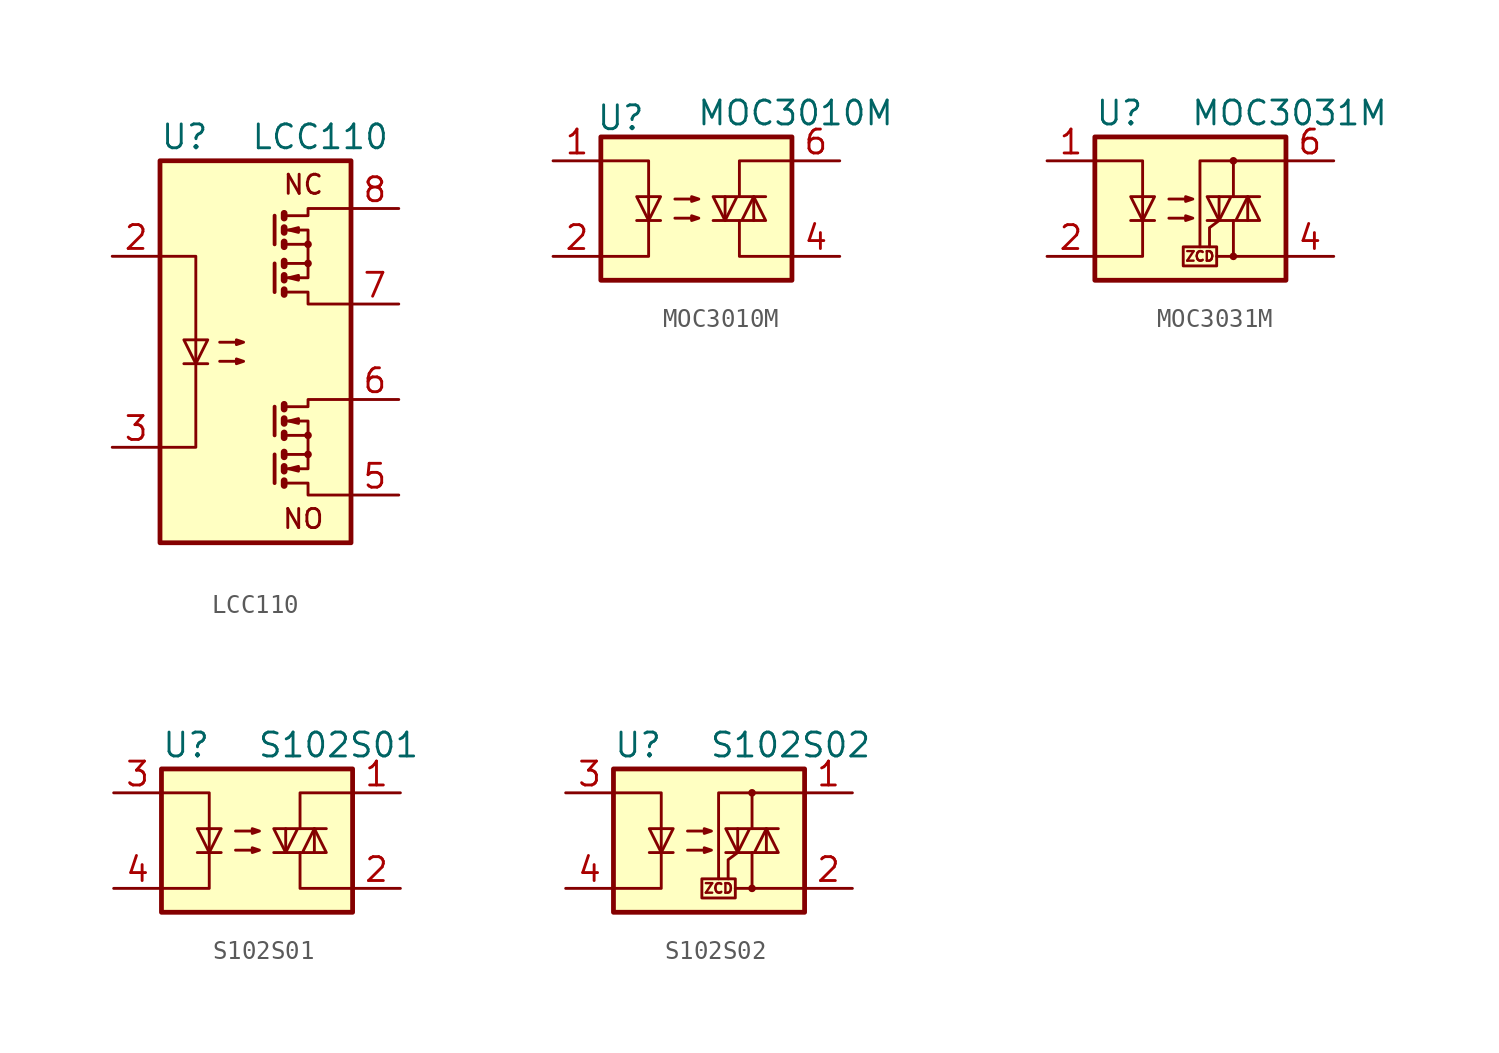
<source format=kicad_sym>
(kicad_symbol_lib
  (version 20201005)
  (generator kicad_symbol_editor)
  (symbol "LCC110"
    (property "Reference" "U"
      (at -5.08 11.43 0)
      (effects (font (size 1.27 1.27)) (justify left)))
    (property "Value" "LCC110"
      (at -0.254 11.43 0)
      (effects (font (size 1.27 1.27)) (justify left)))
    (symbol "LCC110_0_0"
      (text "NC" (at 2.54 8.89 0) (effects (font (size 1.016 1.016))))
      (text "NO" (at 2.54 -8.89 0) (effects (font (size 1.016 1.016)))))
    (symbol "LCC110_0_1"
      (circle (center 2.794 -5.461) (radius 0.127) (stroke (width 0)) (fill (type none)))
      (circle (center 2.794 -4.445) (radius 0.127) (stroke (width 0)) (fill (type none)))
      (circle (center 2.794 4.699) (radius 0.127) (stroke (width 0)) (fill (type none)))
      (circle (center 2.794 5.715) (radius 0.127) (stroke (width 0)) (fill (type none)))
      (rectangle (start 5.08 -10.16) (end -5.08 10.16) (stroke (width 0.254)) (fill (type background)))
      (polyline (pts (xy -3.81 -0.635) (xy -2.54 -0.635)) (stroke (width 0)) (fill (type none)))
      (polyline (pts (xy 1.016 -5.461) (xy 1.016 -6.985)) (stroke (width 0.203)) (fill (type none)))
      (polyline (pts (xy 1.016 -2.921) (xy 1.016 -4.445)) (stroke (width 0.203)) (fill (type none)))
      (polyline (pts (xy 1.016 4.699) (xy 1.016 3.175)) (stroke (width 0.203)) (fill (type none)))
      (polyline (pts (xy 1.016 7.239) (xy 1.016 5.715)) (stroke (width 0.203)) (fill (type none)))
      (polyline (pts (xy 1.524 -6.858) (xy 1.524 -7.112) (xy 1.524 -7.112)) (stroke (width 0.356)) (fill (type none)))
      (polyline (pts (xy 1.524 -6.096) (xy 1.524 -6.35) (xy 1.524 -6.35)) (stroke (width 0.356)) (fill (type none)))
      (polyline (pts (xy 1.524 -5.334) (xy 1.524 -5.588) (xy 1.524 -5.588)) (stroke (width 0.356)) (fill (type none)))
      (polyline (pts (xy 1.524 -4.318) (xy 1.524 -4.572) (xy 1.524 -4.572)) (stroke (width 0.356)) (fill (type none)))
      (polyline (pts (xy 1.524 -3.556) (xy 1.524 -3.81) (xy 1.524 -3.81)) (stroke (width 0.356)) (fill (type none)))
      (polyline (pts (xy 1.524 -2.794) (xy 1.524 -3.048) (xy 1.524 -3.048)) (stroke (width 0.356)) (fill (type none)))
      (polyline (pts (xy 1.524 3.302) (xy 1.524 3.048) (xy 1.524 3.048)) (stroke (width 0.356)) (fill (type none)))
      (polyline (pts (xy 1.524 4.064) (xy 1.524 3.81) (xy 1.524 3.81)) (stroke (width 0.356)) (fill (type none)))
      (polyline (pts (xy 1.524 4.826) (xy 1.524 4.572) (xy 1.524 4.572)) (stroke (width 0.356)) (fill (type none)))
      (polyline (pts (xy 1.524 5.842) (xy 1.524 5.588) (xy 1.524 5.588)) (stroke (width 0.356)) (fill (type none)))
      (polyline (pts (xy 1.524 6.604) (xy 1.524 6.35) (xy 1.524 6.35)) (stroke (width 0.356)) (fill (type none)))
      (polyline (pts (xy 1.524 7.366) (xy 1.524 7.112) (xy 1.524 7.112)) (stroke (width 0.356)) (fill (type none)))
      (polyline (pts (xy 1.651 -3.683) (xy 2.794 -3.683) (xy 2.794 -4.445)) (stroke (width 0)) (fill (type none)))
      (polyline (pts (xy 1.651 6.477) (xy 2.794 6.477) (xy 2.794 5.715)) (stroke (width 0)) (fill (type none)))
      (polyline (pts (xy -5.08 5.08) (xy -3.175 5.08) (xy -3.175 -5.08) (xy -5.08 -5.08)) (stroke (width 0)) (fill (type none)))
      (polyline (pts (xy -3.175 -0.635) (xy -3.81 0.635) (xy -2.54 0.635) (xy -3.175 -0.635)) (stroke (width 0)) (fill (type none)))
      (polyline (pts (xy 1.651 -2.921) (xy 2.794 -2.921) (xy 2.794 -2.54) (xy 5.08 -2.54)) (stroke (width 0)) (fill (type none)))
      (polyline (pts (xy 1.651 7.239) (xy 2.794 7.239) (xy 2.794 7.62) (xy 5.08 7.62)) (stroke (width 0)) (fill (type none)))
      (polyline (pts (xy 1.778 -6.223) (xy 2.286 -6.096) (xy 2.286 -6.35) (xy 1.778 -6.223)) (stroke (width 0)) (fill (type none)))
      (polyline (pts (xy 1.778 -3.683) (xy 2.286 -3.556) (xy 2.286 -3.81) (xy 1.778 -3.683)) (stroke (width 0)) (fill (type none)))
      (polyline (pts (xy 1.778 3.937) (xy 2.286 4.064) (xy 2.286 3.81) (xy 1.778 3.937)) (stroke (width 0)) (fill (type none)))
      (polyline (pts (xy 1.778 6.477) (xy 2.286 6.604) (xy 2.286 6.35) (xy 1.778 6.477)) (stroke (width 0)) (fill (type none)))
      (polyline (pts (xy -1.905 -0.508) (xy -0.635 -0.508) (xy -1.016 -0.635) (xy -1.016 -0.381) (xy -0.635 -0.508)) (stroke (width 0)) (fill (type none)))
      (polyline (pts (xy -1.905 0.508) (xy -0.635 0.508) (xy -1.016 0.381) (xy -1.016 0.635) (xy -0.635 0.508)) (stroke (width 0)) (fill (type none))))
    (symbol "LCC110_1_1"
      (polyline (pts (xy 1.524 -6.223) (xy 2.794 -6.223) (xy 2.794 -5.461)) (stroke (width 0)) (fill (type none)))
      (polyline (pts (xy 1.524 3.937) (xy 2.794 3.937) (xy 2.794 4.699)) (stroke (width 0)) (fill (type none)))
      (polyline (pts (xy 1.524 -6.985) (xy 2.794 -6.985) (xy 2.794 -7.62) (xy 5.08 -7.62)) (stroke (width 0)) (fill (type none)))
      (polyline (pts (xy 1.524 -4.445) (xy 2.794 -4.445) (xy 2.794 -5.461) (xy 1.524 -5.461)) (stroke (width 0)) (fill (type none)))
      (polyline (pts (xy 1.524 3.175) (xy 2.794 3.175) (xy 2.794 2.54) (xy 5.08 2.54)) (stroke (width 0)) (fill (type none)))
      (polyline (pts (xy 1.524 5.715) (xy 2.794 5.715) (xy 2.794 4.699) (xy 1.524 4.699)) (stroke (width 0)) (fill (type none)))
      (pin no_connect line (at -5.08 7.62 0) (length 2.54) hide (name "nc" (effects (font (size 1.27 1.27)))) (number "1" (effects (font (size 1.27 1.27)))))
      (pin passive line (at -7.62 5.08 0) (length 2.54) (name "~" (effects (font (size 1.27 1.27)))) (number "2" (effects (font (size 1.27 1.27)))))
      (pin passive line (at -7.62 -5.08 0) (length 2.54) (name "~" (effects (font (size 1.27 1.27)))) (number "3" (effects (font (size 1.27 1.27)))))
      (pin no_connect line (at -5.08 -7.62 0) (length 2.54) hide (name "nc" (effects (font (size 1.27 1.27)))) (number "4" (effects (font (size 1.27 1.27)))))
      (pin passive line (at 7.62 -7.62 180) (length 2.54) (name "~" (effects (font (size 1.27 1.27)))) (number "5" (effects (font (size 1.27 1.27)))))
      (pin passive line (at 7.62 -2.54 180) (length 2.54) (name "~" (effects (font (size 1.27 1.27)))) (number "6" (effects (font (size 1.27 1.27)))))
      (pin passive line (at 7.62 2.54 180) (length 2.54) (name "~" (effects (font (size 1.27 1.27)))) (number "7" (effects (font (size 1.27 1.27)))))
      (pin passive line (at 7.62 7.62 180) (length 2.54) (name "~" (effects (font (size 1.27 1.27)))) (number "8" (effects (font (size 1.27 1.27)))))))
  (symbol "MOC3010M"
    (property "Reference" "U"
      (at -5.334 4.826 0)
      (effects (font (size 1.27 1.27)) (justify left)))
    (property "Value" "MOC3010M"
      (at 0 5.08 0)
      (effects (font (size 1.27 1.27)) (justify left)))
    (symbol "MOC3010M_0_1"
      (rectangle (start -5.08 3.81) (end 5.08 -3.81) (stroke (width 0.254)) (fill (type background)))
      (polyline (pts (xy -3.175 -0.635) (xy -1.905 -0.635)) (stroke (width 0)) (fill (type none)))
      (polyline (pts (xy 1.524 -0.635) (xy 1.524 0.635)) (stroke (width 0)) (fill (type none)))
      (polyline (pts (xy 3.048 0.635) (xy 3.048 -0.635)) (stroke (width 0)) (fill (type none)))
      (polyline (pts (xy 2.286 -0.635) (xy 2.286 -2.54) (xy 5.08 -2.54)) (stroke (width 0)) (fill (type none)))
      (polyline (pts (xy 2.286 0.635) (xy 2.286 2.54) (xy 5.08 2.54)) (stroke (width 0)) (fill (type none)))
      (polyline (pts (xy -5.08 2.54) (xy -2.54 2.54) (xy -2.54 -2.54) (xy -5.08 -2.54)) (stroke (width 0)) (fill (type none)))
      (polyline (pts (xy -2.54 -0.635) (xy -3.175 0.635) (xy -1.905 0.635) (xy -2.54 -0.635)) (stroke (width 0)) (fill (type none)))
      (polyline (pts (xy 0.889 -0.635) (xy 3.683 -0.635) (xy 3.048 0.635) (xy 2.413 -0.635)) (stroke (width 0)) (fill (type none)))
      (polyline (pts (xy 3.683 0.635) (xy 0.889 0.635) (xy 1.524 -0.635) (xy 2.159 0.635)) (stroke (width 0)) (fill (type none)))
      (polyline (pts (xy -1.143 -0.508) (xy 0.127 -0.508) (xy -0.254 -0.635) (xy -0.254 -0.381) (xy 0.127 -0.508)) (stroke (width 0)) (fill (type none)))
      (polyline (pts (xy -1.143 0.508) (xy 0.127 0.508) (xy -0.254 0.381) (xy -0.254 0.635) (xy 0.127 0.508)) (stroke (width 0)) (fill (type none))))
    (symbol "MOC3010M_1_1"
      (pin passive line (at -7.62 2.54 0) (length 2.54) (name "~" (effects (font (size 1.27 1.27)))) (number "1" (effects (font (size 1.27 1.27)))))
      (pin passive line (at -7.62 -2.54 0) (length 2.54) (name "~" (effects (font (size 1.27 1.27)))) (number "2" (effects (font (size 1.27 1.27)))))
      (pin no_connect line (at -5.08 0 0) (length 2.54) hide (name "NC" (effects (font (size 1.27 1.27)))) (number "3" (effects (font (size 1.27 1.27)))))
      (pin passive line (at 7.62 -2.54 180) (length 2.54) (name "~" (effects (font (size 1.27 1.27)))) (number "4" (effects (font (size 1.27 1.27)))))
      (pin no_connect line (at 5.08 0 180) (length 2.54) hide (name "NC" (effects (font (size 1.27 1.27)))) (number "5" (effects (font (size 1.27 1.27)))))
      (pin passive line (at 7.62 2.54 180) (length 2.54) (name "~" (effects (font (size 1.27 1.27)))) (number "6" (effects (font (size 1.27 1.27)))))))
  (symbol "MOC3031M"
    (property "Reference" "U"
      (at -5.08 5.08 0)
      (effects (font (size 1.27 1.27)) (justify left)))
    (property "Value" "MOC3031M"
      (at 0 5.08 0)
      (effects (font (size 1.27 1.27)) (justify left)))
    (symbol "MOC3031M_0_0"
      (text "ZCD" (at 0.508 -2.54 0) (effects (font (size 0.508 0.508))))
      (rectangle (start -0.381 -2.032) (end 1.397 -3.048) (stroke (width 0)) (fill (type none)))
      (polyline (pts (xy 2.286 -2.54) (xy 1.397 -2.54)) (stroke (width 0)) (fill (type none)))
      (polyline (pts (xy 1.524 -0.635) (xy 1.016 -1.016) (xy 1.016 -2.032)) (stroke (width 0)) (fill (type none))))
    (symbol "MOC3031M_0_1"
      (circle (center 2.286 -2.54) (radius 0.127) (stroke (width 0)) (fill (type none)))
      (circle (center 2.286 2.54) (radius 0.127) (stroke (width 0)) (fill (type none)))
      (rectangle (start -5.08 3.81) (end 5.08 -3.81) (stroke (width 0.254)) (fill (type background)))
      (polyline (pts (xy -3.175 -0.635) (xy -1.905 -0.635)) (stroke (width 0)) (fill (type none)))
      (polyline (pts (xy 1.524 -0.635) (xy 1.524 0.635)) (stroke (width 0)) (fill (type none)))
      (polyline (pts (xy 3.048 0.635) (xy 3.048 -0.635)) (stroke (width 0)) (fill (type none)))
      (polyline (pts (xy 2.286 -0.635) (xy 2.286 -2.54) (xy 5.08 -2.54)) (stroke (width 0)) (fill (type none)))
      (polyline (pts (xy 2.286 0.635) (xy 2.286 2.54) (xy 5.08 2.54)) (stroke (width 0)) (fill (type none)))
      (polyline (pts (xy 2.286 2.54) (xy 0.508 2.54) (xy 0.508 -2.032)) (stroke (width 0)) (fill (type none)))
      (polyline (pts (xy -5.08 2.54) (xy -2.54 2.54) (xy -2.54 -2.54) (xy -5.08 -2.54)) (stroke (width 0)) (fill (type none)))
      (polyline (pts (xy -2.54 -0.635) (xy -3.175 0.635) (xy -1.905 0.635) (xy -2.54 -0.635)) (stroke (width 0)) (fill (type none)))
      (polyline (pts (xy 0.889 -0.635) (xy 3.683 -0.635) (xy 3.048 0.635) (xy 2.413 -0.635)) (stroke (width 0)) (fill (type none)))
      (polyline (pts (xy 3.683 0.635) (xy 0.889 0.635) (xy 1.524 -0.635) (xy 2.159 0.635)) (stroke (width 0)) (fill (type none)))
      (polyline (pts (xy -1.143 -0.508) (xy 0.127 -0.508) (xy -0.254 -0.635) (xy -0.254 -0.381) (xy 0.127 -0.508)) (stroke (width 0)) (fill (type none)))
      (polyline (pts (xy -1.143 0.508) (xy 0.127 0.508) (xy -0.254 0.381) (xy -0.254 0.635) (xy 0.127 0.508)) (stroke (width 0)) (fill (type none))))
    (symbol "MOC3031M_1_1"
      (pin passive line (at -7.62 2.54 0) (length 2.54) (name "~" (effects (font (size 1.27 1.27)))) (number "1" (effects (font (size 1.27 1.27)))))
      (pin passive line (at -7.62 -2.54 0) (length 2.54) (name "~" (effects (font (size 1.27 1.27)))) (number "2" (effects (font (size 1.27 1.27)))))
      (pin no_connect line (at -5.08 0 0) (length 2.54) hide (name "NC" (effects (font (size 1.27 1.27)))) (number "3" (effects (font (size 1.27 1.27)))))
      (pin passive line (at 7.62 -2.54 180) (length 2.54) (name "~" (effects (font (size 1.27 1.27)))) (number "4" (effects (font (size 1.27 1.27)))))
      (pin no_connect line (at 5.08 0 180) (length 2.54) hide (name "NC" (effects (font (size 1.27 1.27)))) (number "5" (effects (font (size 1.27 1.27)))))
      (pin passive line (at 7.62 2.54 180) (length 2.54) (name "~" (effects (font (size 1.27 1.27)))) (number "6" (effects (font (size 1.27 1.27)))))))
  (symbol "S102S01"
    (property "Reference" "U"
      (at -5.08 5.08 0)
      (effects (font (size 1.27 1.27)) (justify left)))
    (property "Value" "S102S01"
      (at 0 5.08 0)
      (effects (font (size 1.27 1.27)) (justify left)))
    (symbol "S102S01_0_1"
      (rectangle (start -5.08 3.81) (end 5.08 -3.81) (stroke (width 0.254)) (fill (type background)))
      (polyline (pts (xy -3.175 -0.635) (xy -1.905 -0.635)) (stroke (width 0)) (fill (type none)))
      (polyline (pts (xy 1.524 -0.635) (xy 1.524 0.635)) (stroke (width 0)) (fill (type none)))
      (polyline (pts (xy 3.048 0.635) (xy 3.048 -0.635)) (stroke (width 0)) (fill (type none)))
      (polyline (pts (xy 2.286 -0.635) (xy 2.286 -2.54) (xy 5.08 -2.54)) (stroke (width 0)) (fill (type none)))
      (polyline (pts (xy 2.286 0.635) (xy 2.286 2.54) (xy 5.08 2.54)) (stroke (width 0)) (fill (type none)))
      (polyline (pts (xy -5.08 2.54) (xy -2.54 2.54) (xy -2.54 -2.54) (xy -5.08 -2.54)) (stroke (width 0)) (fill (type none)))
      (polyline (pts (xy -2.54 -0.635) (xy -3.175 0.635) (xy -1.905 0.635) (xy -2.54 -0.635)) (stroke (width 0)) (fill (type none)))
      (polyline (pts (xy 0.889 -0.635) (xy 3.683 -0.635) (xy 3.048 0.635) (xy 2.413 -0.635)) (stroke (width 0)) (fill (type none)))
      (polyline (pts (xy 3.683 0.635) (xy 0.889 0.635) (xy 1.524 -0.635) (xy 2.159 0.635)) (stroke (width 0)) (fill (type none)))
      (polyline (pts (xy -1.143 -0.508) (xy 0.127 -0.508) (xy -0.254 -0.635) (xy -0.254 -0.381) (xy 0.127 -0.508)) (stroke (width 0)) (fill (type none)))
      (polyline (pts (xy -1.143 0.508) (xy 0.127 0.508) (xy -0.254 0.381) (xy -0.254 0.635) (xy 0.127 0.508)) (stroke (width 0)) (fill (type none))))
    (symbol "S102S01_1_1"
      (pin passive line (at 7.62 2.54 180) (length 2.54) (name "~" (effects (font (size 1.27 1.27)))) (number "1" (effects (font (size 1.27 1.27)))))
      (pin passive line (at 7.62 -2.54 180) (length 2.54) (name "~" (effects (font (size 1.27 1.27)))) (number "2" (effects (font (size 1.27 1.27)))))
      (pin passive line (at -7.62 2.54 0) (length 2.54) (name "~" (effects (font (size 1.27 1.27)))) (number "3" (effects (font (size 1.27 1.27)))))
      (pin passive line (at -7.62 -2.54 0) (length 2.54) (name "~" (effects (font (size 1.27 1.27)))) (number "4" (effects (font (size 1.27 1.27)))))))
  (symbol "S102S02"
    (property "Reference" "U"
      (at -5.08 5.08 0)
      (effects (font (size 1.27 1.27)) (justify left)))
    (property "Value" "S102S02"
      (at 0 5.08 0)
      (effects (font (size 1.27 1.27)) (justify left)))
    (symbol "S102S02_0_0"
      (text "ZCD" (at 0.508 -2.54 0) (effects (font (size 0.508 0.508))))
      (rectangle (start -0.381 -2.032) (end 1.397 -3.048) (stroke (width 0)) (fill (type none)))
      (polyline (pts (xy 2.286 -2.54) (xy 1.397 -2.54)) (stroke (width 0)) (fill (type none)))
      (polyline (pts (xy 1.524 -0.635) (xy 1.016 -1.016) (xy 1.016 -2.032)) (stroke (width 0)) (fill (type none))))
    (symbol "S102S02_0_1"
      (circle (center 2.286 -2.54) (radius 0.127) (stroke (width 0)) (fill (type none)))
      (circle (center 2.286 2.54) (radius 0.127) (stroke (width 0)) (fill (type none)))
      (rectangle (start -5.08 3.81) (end 5.08 -3.81) (stroke (width 0.254)) (fill (type background)))
      (polyline (pts (xy -3.175 -0.635) (xy -1.905 -0.635)) (stroke (width 0)) (fill (type none)))
      (polyline (pts (xy 1.524 -0.635) (xy 1.524 0.635)) (stroke (width 0)) (fill (type none)))
      (polyline (pts (xy 3.048 0.635) (xy 3.048 -0.635)) (stroke (width 0)) (fill (type none)))
      (polyline (pts (xy 2.286 -0.635) (xy 2.286 -2.54) (xy 5.08 -2.54)) (stroke (width 0)) (fill (type none)))
      (polyline (pts (xy 2.286 0.635) (xy 2.286 2.54) (xy 5.08 2.54)) (stroke (width 0)) (fill (type none)))
      (polyline (pts (xy 2.286 2.54) (xy 0.508 2.54) (xy 0.508 -2.032)) (stroke (width 0)) (fill (type none)))
      (polyline (pts (xy -5.08 2.54) (xy -2.54 2.54) (xy -2.54 -2.54) (xy -5.08 -2.54)) (stroke (width 0)) (fill (type none)))
      (polyline (pts (xy -2.54 -0.635) (xy -3.175 0.635) (xy -1.905 0.635) (xy -2.54 -0.635)) (stroke (width 0)) (fill (type none)))
      (polyline (pts (xy 0.889 -0.635) (xy 3.683 -0.635) (xy 3.048 0.635) (xy 2.413 -0.635)) (stroke (width 0)) (fill (type none)))
      (polyline (pts (xy 3.683 0.635) (xy 0.889 0.635) (xy 1.524 -0.635) (xy 2.159 0.635)) (stroke (width 0)) (fill (type none)))
      (polyline (pts (xy -1.143 -0.508) (xy 0.127 -0.508) (xy -0.254 -0.635) (xy -0.254 -0.381) (xy 0.127 -0.508)) (stroke (width 0)) (fill (type none)))
      (polyline (pts (xy -1.143 0.508) (xy 0.127 0.508) (xy -0.254 0.381) (xy -0.254 0.635) (xy 0.127 0.508)) (stroke (width 0)) (fill (type none))))
    (symbol "S102S02_1_1"
      (pin passive line (at 7.62 2.54 180) (length 2.54) (name "~" (effects (font (size 1.27 1.27)))) (number "1" (effects (font (size 1.27 1.27)))))
      (pin passive line (at 7.62 -2.54 180) (length 2.54) (name "~" (effects (font (size 1.27 1.27)))) (number "2" (effects (font (size 1.27 1.27)))))
      (pin passive line (at -7.62 2.54 0) (length 2.54) (name "~" (effects (font (size 1.27 1.27)))) (number "3" (effects (font (size 1.27 1.27)))))
      (pin passive line (at -7.62 -2.54 0) (length 2.54) (name "~" (effects (font (size 1.27 1.27)))) (number "4" (effects (font (size 1.27 1.27))))))))
</source>
